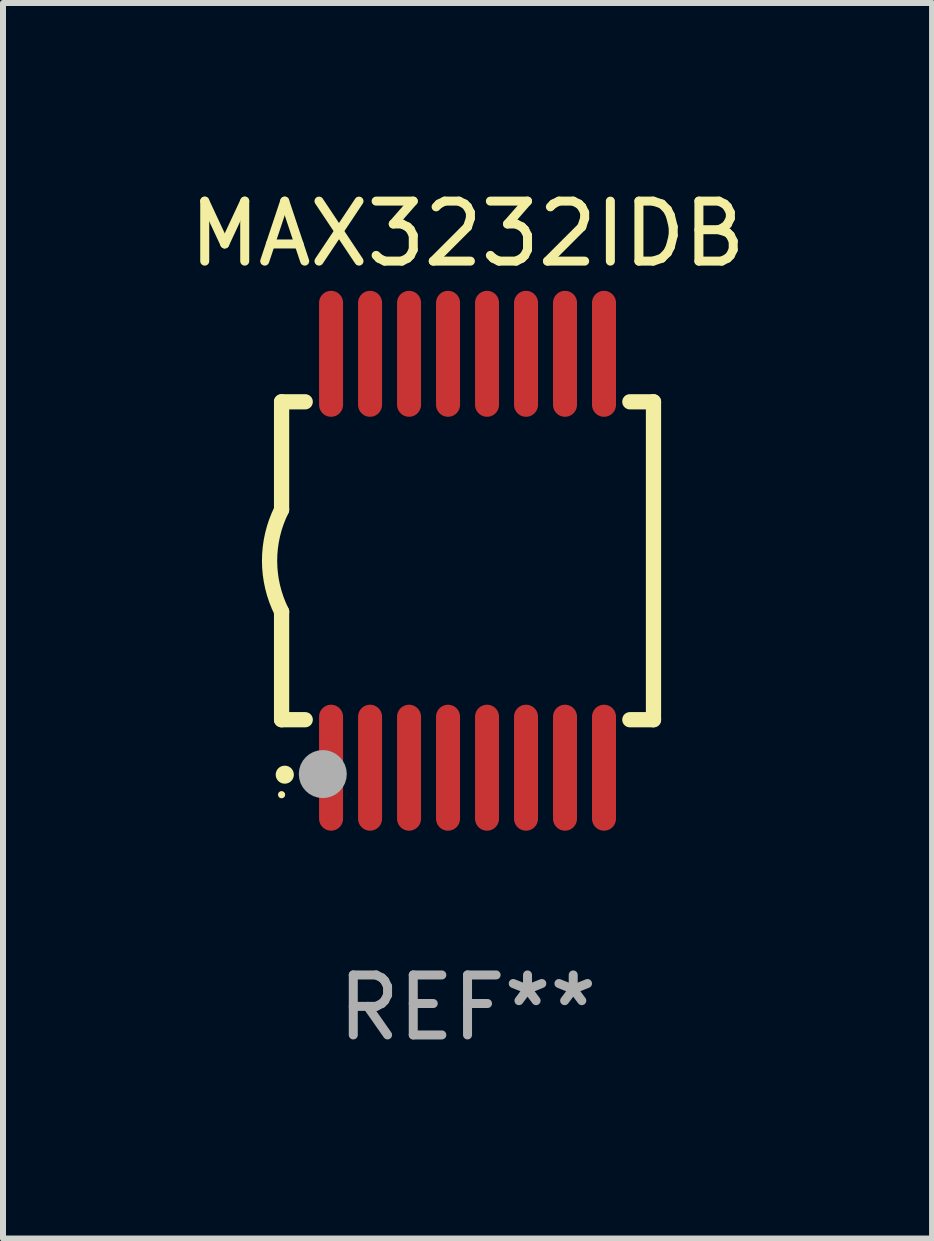
<source format=kicad_pcb>
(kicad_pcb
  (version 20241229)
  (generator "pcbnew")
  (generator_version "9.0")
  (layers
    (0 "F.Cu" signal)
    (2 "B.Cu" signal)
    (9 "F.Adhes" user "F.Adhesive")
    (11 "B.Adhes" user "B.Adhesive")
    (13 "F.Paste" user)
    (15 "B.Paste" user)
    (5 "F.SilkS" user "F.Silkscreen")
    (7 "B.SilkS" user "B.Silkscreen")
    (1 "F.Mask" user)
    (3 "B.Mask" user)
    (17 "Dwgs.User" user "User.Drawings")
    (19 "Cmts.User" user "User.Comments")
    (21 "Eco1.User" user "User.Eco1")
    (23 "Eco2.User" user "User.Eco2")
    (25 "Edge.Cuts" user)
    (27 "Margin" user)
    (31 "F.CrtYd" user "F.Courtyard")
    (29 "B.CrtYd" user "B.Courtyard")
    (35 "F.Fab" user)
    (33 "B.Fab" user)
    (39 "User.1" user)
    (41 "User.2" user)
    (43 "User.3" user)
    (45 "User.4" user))
  (footprint "MAX3232IDB"
    (layer "F.Cu")
    (at 4.744 6.298)
    (property "Reference" "MAX3232IDB" (at 0 -5.45 0) (layer "F.SilkS") (effects (font (size 1 1) (thickness 0.15))))
    (attr through_hole)
    (fp_line (start -3.1 -2.65) (end -3.1 -0.85) (stroke (width 0.254) (type solid)) (layer "F.SilkS"))
    (fp_line (start -3.1 -2.65) (end -2.706 -2.65) (stroke (width 0.254) (type solid)) (layer "F.SilkS"))
    (fp_line (start -3.1 2.65) (end -3.1 0.85) (stroke (width 0.254) (type solid)) (layer "F.SilkS"))
    (fp_line (start -3.1 2.65) (end -2.706 2.65) (stroke (width 0.254) (type solid)) (layer "F.SilkS"))
    (fp_line (start 2.706 -2.65) (end 3.1 -2.65) (stroke (width 0.254) (type solid)) (layer "F.SilkS"))
    (fp_line (start 2.706 2.65) (end 3.1 2.65) (stroke (width 0.254) (type solid)) (layer "F.SilkS"))
    (fp_line (start 3.1 -2.65) (end 3.1 2.65) (stroke (width 0.254) (type solid)) (layer "F.SilkS"))
    (fp_arc (start -3.098907 0.850902) (mid -3.300057 0.000523) (end -3.1 -0.850114) (stroke (width 0.254001) (type solid)) (layer "F.SilkS"))
    (fp_arc (start -3.048006 3.566066) (mid -3.046736 3.566061) (end -3.045466 3.566066) (stroke (width 0.3) (type solid)) (layer "F.SilkS"))
    (fp_circle (center -3.1 3.9) (end -3.07 3.9) (stroke (width 0.06) (type solid)) (fill no) (layer "F.SilkS"))
    (fp_circle (center -2.413 3.556) (end -2.213 3.556) (stroke (width 0.4) (type solid)) (fill no) (layer "F.Fab"))
    (fp_text user "REF**" (at 0 7.45 0) (layer "F.Fab") (effects (font (size 1 1) (thickness 0.15))))
    (pad "1" smd oval (at -2.275 3.45 180) (size 0.4 2.1) (layers "F.Cu" "F.Mask" "F.Paste"))
    (pad "2" smd oval (at -1.625 3.45 180) (size 0.4 2.1) (layers "F.Cu" "F.Mask" "F.Paste"))
    (pad "3" smd oval (at -0.975 3.45 180) (size 0.4 2.1) (layers "F.Cu" "F.Mask" "F.Paste"))
    (pad "4" smd oval (at -0.325 3.45 180) (size 0.4 2.1) (layers "F.Cu" "F.Mask" "F.Paste"))
    (pad "5" smd oval (at 0.325 3.45 180) (size 0.4 2.1) (layers "F.Cu" "F.Mask" "F.Paste"))
    (pad "6" smd oval (at 0.975 3.45 180) (size 0.4 2.1) (layers "F.Cu" "F.Mask" "F.Paste"))
    (pad "7" smd oval (at 1.625 3.45 180) (size 0.4 2.1) (layers "F.Cu" "F.Mask" "F.Paste"))
    (pad "8" smd oval (at 2.275 3.45 180) (size 0.4 2.1) (layers "F.Cu" "F.Mask" "F.Paste"))
    (pad "9" smd oval (at 2.275 -3.45 180) (size 0.4 2.1) (layers "F.Cu" "F.Mask" "F.Paste"))
    (pad "10" smd oval (at 1.625 -3.45 180) (size 0.4 2.1) (layers "F.Cu" "F.Mask" "F.Paste"))
    (pad "11" smd oval (at 0.975 -3.45 180) (size 0.4 2.1) (layers "F.Cu" "F.Mask" "F.Paste"))
    (pad "12" smd oval (at 0.325 -3.45 180) (size 0.4 2.1) (layers "F.Cu" "F.Mask" "F.Paste"))
    (pad "13" smd oval (at -0.325 -3.45 180) (size 0.4 2.1) (layers "F.Cu" "F.Mask" "F.Paste"))
    (pad "14" smd oval (at -0.975 -3.45 180) (size 0.4 2.1) (layers "F.Cu" "F.Mask" "F.Paste"))
    (pad "15" smd oval (at -1.625 -3.45 180) (size 0.4 2.1) (layers "F.Cu" "F.Mask" "F.Paste"))
    (pad "16" smd oval (at -2.275 -3.45 180) (size 0.4 2.1) (layers "F.Cu" "F.Mask" "F.Paste")))
  (gr_rect
    (start -3 -3)
    (end 12.488 17.597)
    (stroke (width 0.1) (type default))
    (fill no)
    (layer "Edge.Cuts")))
</source>
